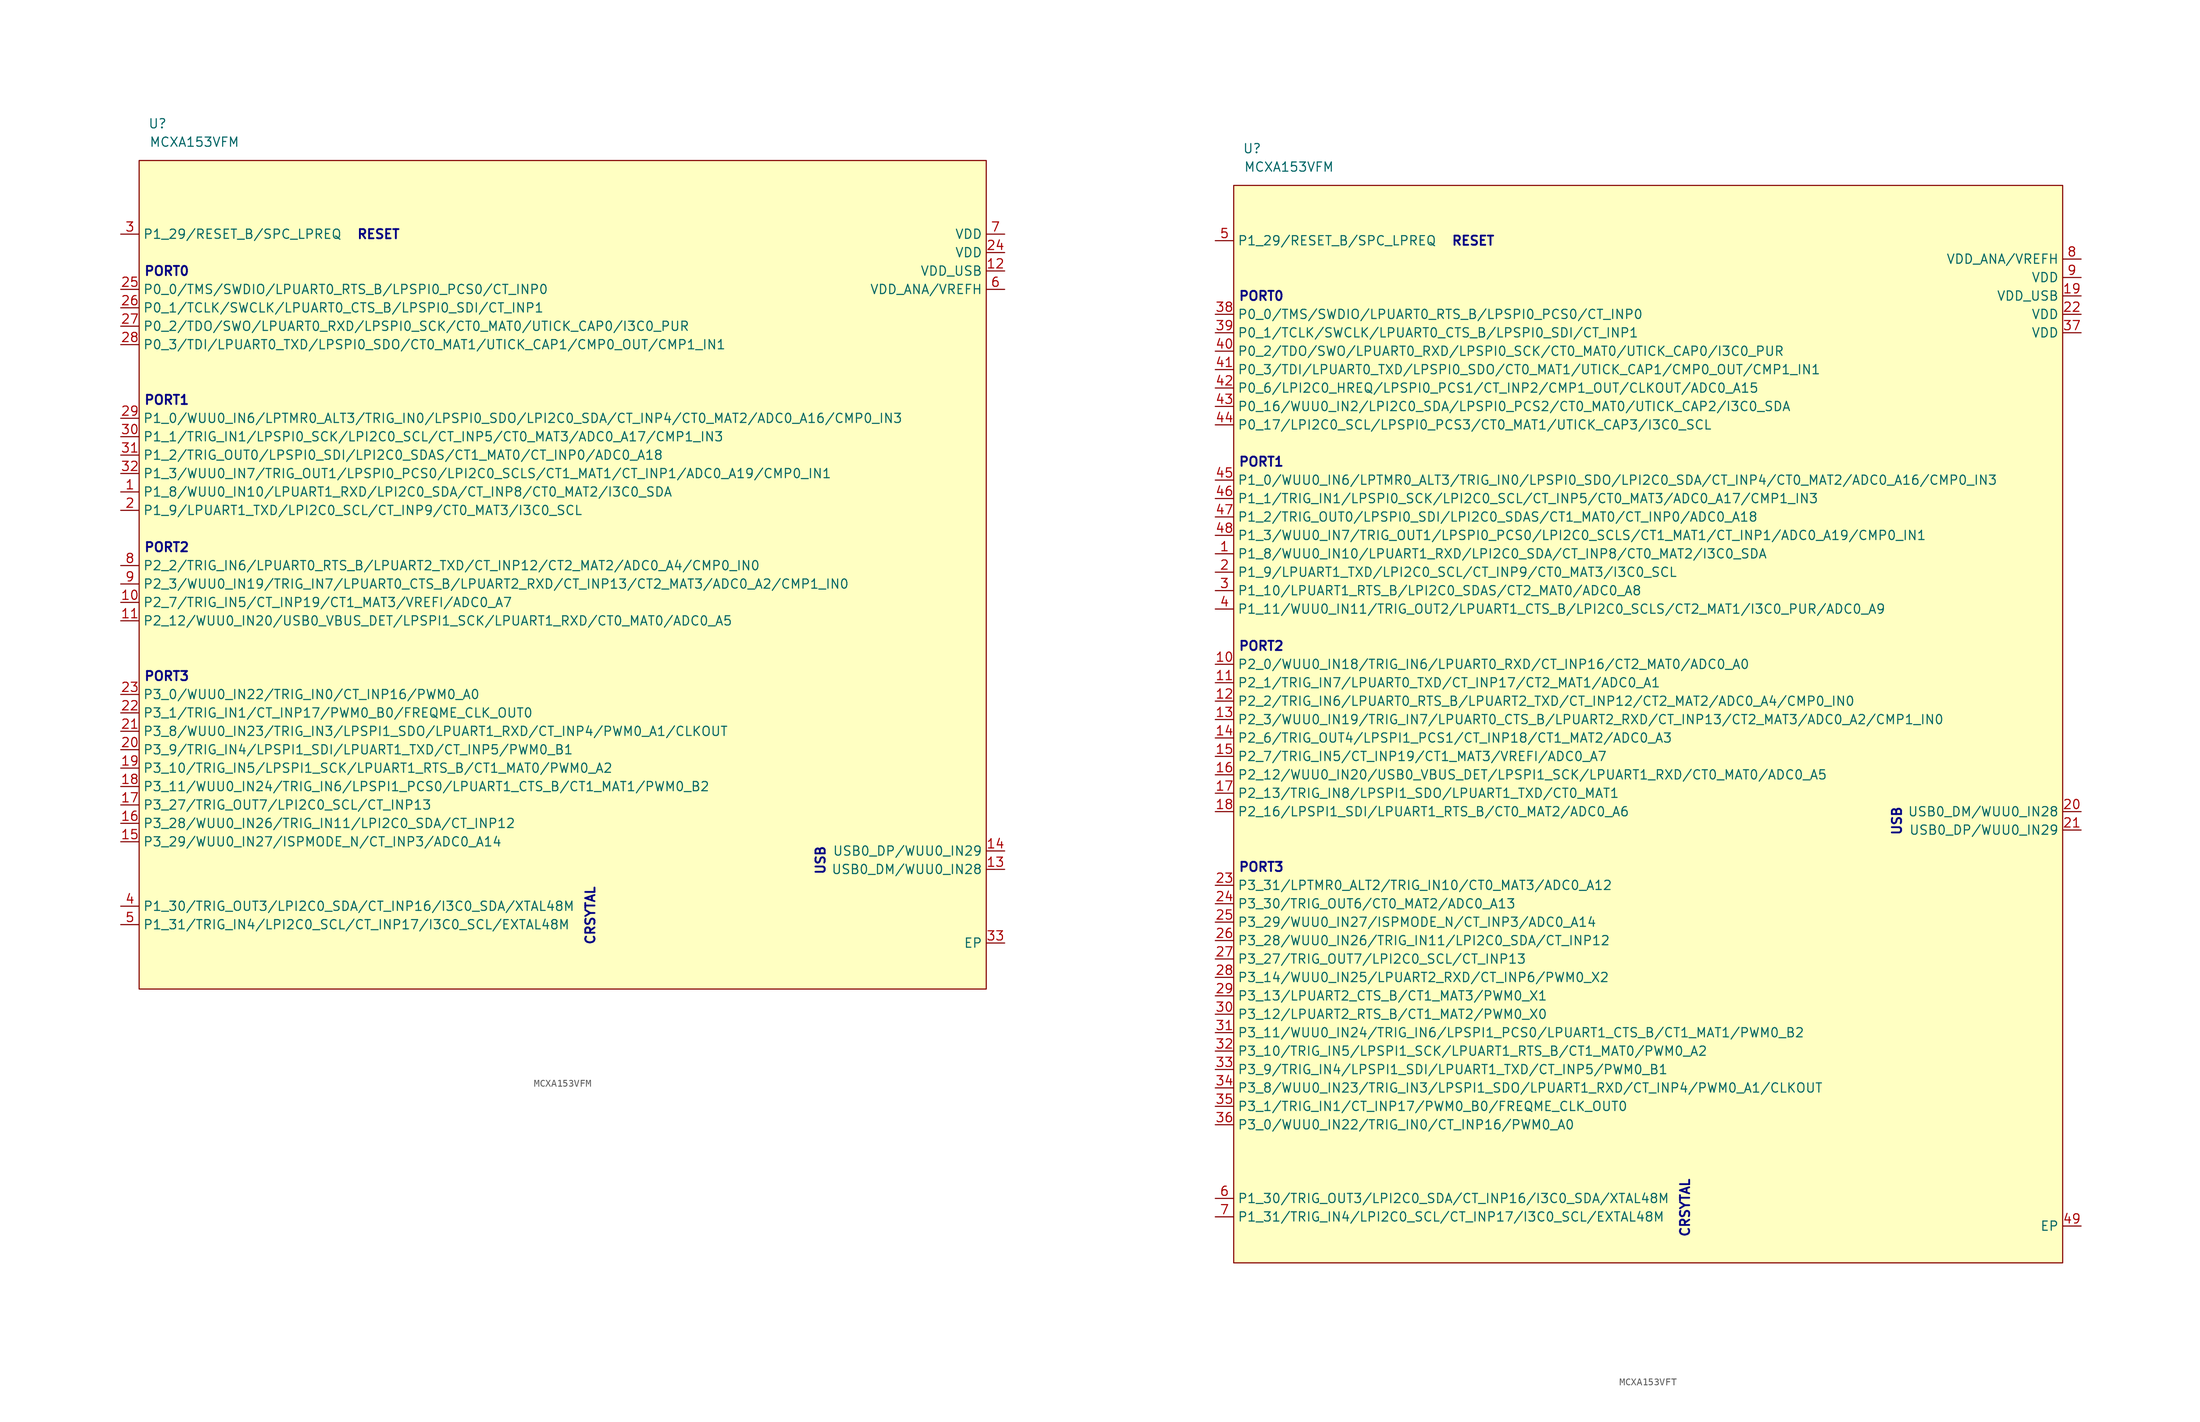
<source format=kicad_sym>
(kicad_symbol_lib
  (version 20220914)
  (generator kicad_symbol_editor)
  (symbol "MCXA153VFM"
    (property "Reference" "U"
      (at -91.44 15.24 0)
      (effects (font (size 1.27 1.27))))
    (property "Value" "MCXA153VFM"
      (at -86.36 12.7 0)
      (effects (font (size 1.27 1.27))))
    (symbol "MCXA153VFM_1_0"
      (text "PORT0\n" (at -90.17 -5.08 0) (effects (font (size 1.27 1.27) bold (color 0 0 132 1))))
      (text "PORT1\n" (at -90.17 -22.86 0) (effects (font (size 1.27 1.27) bold (color 0 0 132 1))))
      (text "PORT2\n" (at -90.17 -43.18 0) (effects (font (size 1.27 1.27) bold (color 0 0 132 1))))
      (text "PORT3\n" (at -90.17 -60.96 0) (effects (font (size 1.27 1.27) bold (color 0 0 132 1)))))
    (symbol "MCXA153VFM_1_1"
      (rectangle (start -93.98 10.16) (end 22.86 -104.14) (stroke (width 0) (type default)) (fill (type background)))
      (text "CRSYTAL" (at -31.75 -93.98 900) (effects (font (size 1.27 1.27) bold (color 0 0 132 1))))
      (text "RESET" (at -60.96 0 0) (effects (font (size 1.27 1.27) bold (color 0 0 132 1))))
      (text "USB" (at 0 -86.36 900) (effects (font (size 1.27 1.27) bold (color 0 0 132 1))))
      (pin bidirectional line (at -96.52 -35.56 0) (length 2.54) (name "P1_8/WUU0_IN10/LPUART1_RXD/LPI2C0_SDA/CT_INP8/CT0_MAT2/I3C0_SDA" (effects (font (size 1.27 1.27)))) (number "1" (effects (font (size 1.27 1.27)))))
      (pin bidirectional line (at -96.52 -50.8 0) (length 2.54) (name "P2_7/TRIG_IN5/CT_INP19/CT1_MAT3/VREFI/ADC0_A7" (effects (font (size 1.27 1.27)))) (number "10" (effects (font (size 1.27 1.27)))))
      (pin bidirectional line (at -96.52 -53.34 0) (length 2.54) (name "P2_12/WUU0_IN20/USB0_VBUS_DET/LPSPI1_SCK/LPUART1_RXD/CT0_MAT0/ADC0_A5" (effects (font (size 1.27 1.27)))) (number "11" (effects (font (size 1.27 1.27)))))
      (pin power_in line (at 25.4 -5.08 180) (length 2.54) (name "VDD_USB" (effects (font (size 1.27 1.27)))) (number "12" (effects (font (size 1.27 1.27)))))
      (pin bidirectional line (at 25.4 -87.63 180) (length 2.54) (name "USB0_DM/WUU0_IN28" (effects (font (size 1.27 1.27)))) (number "13" (effects (font (size 1.27 1.27)))))
      (pin bidirectional line (at 25.4 -85.09 180) (length 2.54) (name "USB0_DP/WUU0_IN29" (effects (font (size 1.27 1.27)))) (number "14" (effects (font (size 1.27 1.27)))))
      (pin bidirectional line (at -96.52 -83.82 0) (length 2.54) (name "P3_29/WUU0_IN27/ISPMODE_N/CT_INP3/ADC0_A14" (effects (font (size 1.27 1.27)))) (number "15" (effects (font (size 1.27 1.27)))))
      (pin bidirectional line (at -96.52 -81.28 0) (length 2.54) (name "P3_28/WUU0_IN26/TRIG_IN11/LPI2C0_SDA/CT_INP12" (effects (font (size 1.27 1.27)))) (number "16" (effects (font (size 1.27 1.27)))))
      (pin bidirectional line (at -96.52 -78.74 0) (length 2.54) (name "P3_27/TRIG_OUT7/LPI2C0_SCL/CT_INP13" (effects (font (size 1.27 1.27)))) (number "17" (effects (font (size 1.27 1.27)))))
      (pin bidirectional line (at -96.52 -76.2 0) (length 2.54) (name "P3_11/WUU0_IN24/TRIG_IN6/LPSPI1_PCS0/LPUART1_CTS_B/CT1_MAT1/PWM0_B2" (effects (font (size 1.27 1.27)))) (number "18" (effects (font (size 1.27 1.27)))))
      (pin bidirectional line (at -96.52 -73.66 0) (length 2.54) (name "P3_10/TRIG_IN5/LPSPI1_SCK/LPUART1_RTS_B/CT1_MAT0/PWM0_A2" (effects (font (size 1.27 1.27)))) (number "19" (effects (font (size 1.27 1.27)))))
      (pin bidirectional line (at -96.52 -38.1 0) (length 2.54) (name "P1_9/LPUART1_TXD/LPI2C0_SCL/CT_INP9/CT0_MAT3/I3C0_SCL" (effects (font (size 1.27 1.27)))) (number "2" (effects (font (size 1.27 1.27)))))
      (pin bidirectional line (at -96.52 -71.12 0) (length 2.54) (name "P3_9/TRIG_IN4/LPSPI1_SDI/LPUART1_TXD/CT_INP5/PWM0_B1" (effects (font (size 1.27 1.27)))) (number "20" (effects (font (size 1.27 1.27)))))
      (pin bidirectional line (at -96.52 -68.58 0) (length 2.54) (name "P3_8/WUU0_IN23/TRIG_IN3/LPSPI1_SDO/LPUART1_RXD/CT_INP4/PWM0_A1/CLKOUT" (effects (font (size 1.27 1.27)))) (number "21" (effects (font (size 1.27 1.27)))))
      (pin bidirectional line (at -96.52 -66.04 0) (length 2.54) (name "P3_1/TRIG_IN1/CT_INP17/PWM0_B0/FREQME_CLK_OUT0" (effects (font (size 1.27 1.27)))) (number "22" (effects (font (size 1.27 1.27)))))
      (pin bidirectional line (at -96.52 -63.5 0) (length 2.54) (name "P3_0/WUU0_IN22/TRIG_IN0/CT_INP16/PWM0_A0" (effects (font (size 1.27 1.27)))) (number "23" (effects (font (size 1.27 1.27)))))
      (pin power_in line (at 25.4 -2.54 180) (length 2.54) (name "VDD" (effects (font (size 1.27 1.27)))) (number "24" (effects (font (size 1.27 1.27)))))
      (pin bidirectional line (at -96.52 -7.62 0) (length 2.54) (name "P0_0/TMS/SWDIO/LPUART0_RTS_B/LPSPI0_PCS0/CT_INP0" (effects (font (size 1.27 1.27)))) (number "25" (effects (font (size 1.27 1.27)))))
      (pin bidirectional line (at -96.52 -10.16 0) (length 2.54) (name "P0_1/TCLK/SWCLK/LPUART0_CTS_B/LPSPI0_SDI/CT_INP1" (effects (font (size 1.27 1.27)))) (number "26" (effects (font (size 1.27 1.27)))))
      (pin bidirectional line (at -96.52 -12.7 0) (length 2.54) (name "P0_2/TDO/SWO/LPUART0_RXD/LPSPI0_SCK/CT0_MAT0/UTICK_CAP0/I3C0_PUR" (effects (font (size 1.27 1.27)))) (number "27" (effects (font (size 1.27 1.27)))))
      (pin bidirectional line (at -96.52 -15.24 0) (length 2.54) (name "P0_3/TDI/LPUART0_TXD/LPSPI0_SDO/CT0_MAT1/UTICK_CAP1/CMP0_OUT/CMP1_IN1" (effects (font (size 1.27 1.27)))) (number "28" (effects (font (size 1.27 1.27)))))
      (pin bidirectional line (at -96.52 -25.4 0) (length 2.54) (name "P1_0/WUU0_IN6/LPTMR0_ALT3/TRIG_IN0/LPSPI0_SDO/LPI2C0_SDA/CT_INP4/CT0_MAT2/ADC0_A16/CMP0_IN3" (effects (font (size 1.27 1.27)))) (number "29" (effects (font (size 1.27 1.27)))))
      (pin bidirectional line (at -96.52 0 0) (length 2.54) (name "P1_29/RESET_B/SPC_LPREQ" (effects (font (size 1.27 1.27)))) (number "3" (effects (font (size 1.27 1.27)))))
      (pin bidirectional line (at -96.52 -27.94 0) (length 2.54) (name "P1_1/TRIG_IN1/LPSPI0_SCK/LPI2C0_SCL/CT_INP5/CT0_MAT3/ADC0_A17/CMP1_IN3" (effects (font (size 1.27 1.27)))) (number "30" (effects (font (size 1.27 1.27)))))
      (pin bidirectional line (at -96.52 -30.48 0) (length 2.54) (name "P1_2/TRIG_OUT0/LPSPI0_SDI/LPI2C0_SDAS/CT1_MAT0/CT_INP0/ADC0_A18" (effects (font (size 1.27 1.27)))) (number "31" (effects (font (size 1.27 1.27)))))
      (pin bidirectional line (at -96.52 -33.02 0) (length 2.54) (name "P1_3/WUU0_IN7/TRIG_OUT1/LPSPI0_PCS0/LPI2C0_SCLS/CT1_MAT1/CT_INP1/ADC0_A19/CMP0_IN1" (effects (font (size 1.27 1.27)))) (number "32" (effects (font (size 1.27 1.27)))))
      (pin passive line (at 25.4 -97.79 180) (length 2.54) (name "EP" (effects (font (size 1.27 1.27)))) (number "33" (effects (font (size 1.27 1.27)))))
      (pin bidirectional line (at -96.52 -92.71 0) (length 2.54) (name "P1_30/TRIG_OUT3/LPI2C0_SDA/CT_INP16/I3C0_SDA/XTAL48M" (effects (font (size 1.27 1.27)))) (number "4" (effects (font (size 1.27 1.27)))))
      (pin bidirectional line (at -96.52 -95.25 0) (length 2.54) (name "P1_31/TRIG_IN4/LPI2C0_SCL/CT_INP17/I3C0_SCL/EXTAL48M" (effects (font (size 1.27 1.27)))) (number "5" (effects (font (size 1.27 1.27)))))
      (pin power_in line (at 25.4 -7.62 180) (length 2.54) (name "VDD_ANA/VREFH" (effects (font (size 1.27 1.27)))) (number "6" (effects (font (size 1.27 1.27)))))
      (pin power_in line (at 25.4 0 180) (length 2.54) (name "VDD" (effects (font (size 1.27 1.27)))) (number "7" (effects (font (size 1.27 1.27)))))
      (pin bidirectional line (at -96.52 -45.72 0) (length 2.54) (name "P2_2/TRIG_IN6/LPUART0_RTS_B/LPUART2_TXD/CT_INP12/CT2_MAT2/ADC0_A4/CMP0_IN0" (effects (font (size 1.27 1.27)))) (number "8" (effects (font (size 1.27 1.27)))))
      (pin bidirectional line (at -96.52 -48.26 0) (length 2.54) (name "P2_3/WUU0_IN19/TRIG_IN7/LPUART0_CTS_B/LPUART2_RXD/CT_INP13/CT2_MAT3/ADC0_A2/CMP1_IN0" (effects (font (size 1.27 1.27)))) (number "9" (effects (font (size 1.27 1.27)))))))
  (symbol "MCXA153VFT"
    (property "Reference" "U"
      (at -73.66 91.44 0)
      (effects (font (size 1.27 1.27))))
    (property "Value" "MCXA153VFM"
      (at -68.58 88.9 0)
      (effects (font (size 1.27 1.27))))
    (symbol "MCXA153VFT_1_0"
      (text "PORT3\n" (at -72.39 -7.62 0) (effects (font (size 1.27 1.27) bold (color 0 0 132 1)))))
    (symbol "MCXA153VFT_1_1"
      (rectangle (start -76.2 86.36) (end 38.1 -62.23) (stroke (width 0) (type default)) (fill (type background)))
      (text "CRSYTAL" (at -13.97 -54.61 900) (effects (font (size 1.27 1.27) bold (color 0 0 132 1))))
      (text "PORT0" (at -72.39 71.12 0) (effects (font (size 1.27 1.27) bold (color 0 0 132 1))))
      (text "PORT1\n" (at -72.39 48.26 0) (effects (font (size 1.27 1.27) bold (color 0 0 132 1))))
      (text "PORT2" (at -72.39 22.86 0) (effects (font (size 1.27 1.27) bold (color 0 0 132 1))))
      (text "RESET" (at -43.18 78.74 0) (effects (font (size 1.27 1.27) bold (color 0 0 132 1))))
      (text "USB" (at 15.24 -1.27 900) (effects (font (size 1.27 1.27) bold (color 0 0 132 1))))
      (pin bidirectional line (at -78.74 35.56 0) (length 2.54) (name "P1_8/WUU0_IN10/LPUART1_RXD/LPI2C0_SDA/CT_INP8/CT0_MAT2/I3C0_SDA" (effects (font (size 1.27 1.27)))) (number "1" (effects (font (size 1.27 1.27)))))
      (pin bidirectional line (at -78.74 20.32 0) (length 2.54) (name "P2_0/WUU0_IN18/TRIG_IN6/LPUART0_RXD/CT_INP16/CT2_MAT0/ADC0_A0" (effects (font (size 1.27 1.27)))) (number "10" (effects (font (size 1.27 1.27)))))
      (pin bidirectional line (at -78.74 17.78 0) (length 2.54) (name "P2_1/TRIG_IN7/LPUART0_TXD/CT_INP17/CT2_MAT1/ADC0_A1" (effects (font (size 1.27 1.27)))) (number "11" (effects (font (size 1.27 1.27)))))
      (pin bidirectional line (at -78.74 15.24 0) (length 2.54) (name "P2_2/TRIG_IN6/LPUART0_RTS_B/LPUART2_TXD/CT_INP12/CT2_MAT2/ADC0_A4/CMP0_IN0" (effects (font (size 1.27 1.27)))) (number "12" (effects (font (size 1.27 1.27)))))
      (pin bidirectional line (at -78.74 12.7 0) (length 2.54) (name "P2_3/WUU0_IN19/TRIG_IN7/LPUART0_CTS_B/LPUART2_RXD/CT_INP13/CT2_MAT3/ADC0_A2/CMP1_IN0" (effects (font (size 1.27 1.27)))) (number "13" (effects (font (size 1.27 1.27)))))
      (pin bidirectional line (at -78.74 10.16 0) (length 2.54) (name "P2_6/TRIG_OUT4/LPSPI1_PCS1/CT_INP18/CT1_MAT2/ADC0_A3" (effects (font (size 1.27 1.27)))) (number "14" (effects (font (size 1.27 1.27)))))
      (pin bidirectional line (at -78.74 7.62 0) (length 2.54) (name "P2_7/TRIG_IN5/CT_INP19/CT1_MAT3/VREFI/ADC0_A7" (effects (font (size 1.27 1.27)))) (number "15" (effects (font (size 1.27 1.27)))))
      (pin bidirectional line (at -78.74 5.08 0) (length 2.54) (name "P2_12/WUU0_IN20/USB0_VBUS_DET/LPSPI1_SCK/LPUART1_RXD/CT0_MAT0/ADC0_A5" (effects (font (size 1.27 1.27)))) (number "16" (effects (font (size 1.27 1.27)))))
      (pin bidirectional line (at -78.74 2.54 0) (length 2.54) (name "P2_13/TRIG_IN8/LPSPI1_SDO/LPUART1_TXD/CT0_MAT1" (effects (font (size 1.27 1.27)))) (number "17" (effects (font (size 1.27 1.27)))))
      (pin bidirectional line (at -78.74 0 0) (length 2.54) (name "P2_16/LPSPI1_SDI/LPUART1_RTS_B/CT0_MAT2/ADC0_A6" (effects (font (size 1.27 1.27)))) (number "18" (effects (font (size 1.27 1.27)))))
      (pin power_in line (at 40.64 71.12 180) (length 2.54) (name "VDD_USB" (effects (font (size 1.27 1.27)))) (number "19" (effects (font (size 1.27 1.27)))))
      (pin bidirectional line (at -78.74 33.02 0) (length 2.54) (name "P1_9/LPUART1_TXD/LPI2C0_SCL/CT_INP9/CT0_MAT3/I3C0_SCL" (effects (font (size 1.27 1.27)))) (number "2" (effects (font (size 1.27 1.27)))))
      (pin bidirectional line (at 40.64 0 180) (length 2.54) (name "USB0_DM/WUU0_IN28" (effects (font (size 1.27 1.27)))) (number "20" (effects (font (size 1.27 1.27)))))
      (pin bidirectional line (at 40.64 -2.54 180) (length 2.54) (name "USB0_DP/WUU0_IN29" (effects (font (size 1.27 1.27)))) (number "21" (effects (font (size 1.27 1.27)))))
      (pin bidirectional line (at 40.64 68.58 180) (length 2.54) (name "VDD" (effects (font (size 1.27 1.27)))) (number "22" (effects (font (size 1.27 1.27)))))
      (pin bidirectional line (at -78.74 -10.16 0) (length 2.54) (name "P3_31/LPTMR0_ALT2/TRIG_IN10/CT0_MAT3/ADC0_A12" (effects (font (size 1.27 1.27)))) (number "23" (effects (font (size 1.27 1.27)))))
      (pin bidirectional line (at -78.74 -12.7 0) (length 2.54) (name "P3_30/TRIG_OUT6/CT0_MAT2/ADC0_A13" (effects (font (size 1.27 1.27)))) (number "24" (effects (font (size 1.27 1.27)))))
      (pin bidirectional line (at -78.74 -15.24 0) (length 2.54) (name "P3_29/WUU0_IN27/ISPMODE_N/CT_INP3/ADC0_A14" (effects (font (size 1.27 1.27)))) (number "25" (effects (font (size 1.27 1.27)))))
      (pin bidirectional line (at -78.74 -17.78 0) (length 2.54) (name "P3_28/WUU0_IN26/TRIG_IN11/LPI2C0_SDA/CT_INP12" (effects (font (size 1.27 1.27)))) (number "26" (effects (font (size 1.27 1.27)))))
      (pin bidirectional line (at -78.74 -20.32 0) (length 2.54) (name "P3_27/TRIG_OUT7/LPI2C0_SCL/CT_INP13" (effects (font (size 1.27 1.27)))) (number "27" (effects (font (size 1.27 1.27)))))
      (pin bidirectional line (at -78.74 -22.86 0) (length 2.54) (name "P3_14/WUU0_IN25/LPUART2_RXD/CT_INP6/PWM0_X2" (effects (font (size 1.27 1.27)))) (number "28" (effects (font (size 1.27 1.27)))))
      (pin bidirectional line (at -78.74 -25.4 0) (length 2.54) (name "P3_13/LPUART2_CTS_B/CT1_MAT3/PWM0_X1" (effects (font (size 1.27 1.27)))) (number "29" (effects (font (size 1.27 1.27)))))
      (pin bidirectional line (at -78.74 30.48 0) (length 2.54) (name "P1_10/LPUART1_RTS_B/LPI2C0_SDAS/CT2_MAT0/ADC0_A8" (effects (font (size 1.27 1.27)))) (number "3" (effects (font (size 1.27 1.27)))))
      (pin bidirectional line (at -78.74 -27.94 0) (length 2.54) (name "P3_12/LPUART2_RTS_B/CT1_MAT2/PWM0_X0" (effects (font (size 1.27 1.27)))) (number "30" (effects (font (size 1.27 1.27)))))
      (pin bidirectional line (at -78.74 -30.48 0) (length 2.54) (name "P3_11/WUU0_IN24/TRIG_IN6/LPSPI1_PCS0/LPUART1_CTS_B/CT1_MAT1/PWM0_B2" (effects (font (size 1.27 1.27)))) (number "31" (effects (font (size 1.27 1.27)))))
      (pin bidirectional line (at -78.74 -33.02 0) (length 2.54) (name "P3_10/TRIG_IN5/LPSPI1_SCK/LPUART1_RTS_B/CT1_MAT0/PWM0_A2" (effects (font (size 1.27 1.27)))) (number "32" (effects (font (size 1.27 1.27)))))
      (pin bidirectional line (at -78.74 -35.56 0) (length 2.54) (name "P3_9/TRIG_IN4/LPSPI1_SDI/LPUART1_TXD/CT_INP5/PWM0_B1" (effects (font (size 1.27 1.27)))) (number "33" (effects (font (size 1.27 1.27)))))
      (pin bidirectional line (at -78.74 -38.1 0) (length 2.54) (name "P3_8/WUU0_IN23/TRIG_IN3/LPSPI1_SDO/LPUART1_RXD/CT_INP4/PWM0_A1/CLKOUT" (effects (font (size 1.27 1.27)))) (number "34" (effects (font (size 1.27 1.27)))))
      (pin bidirectional line (at -78.74 -40.64 0) (length 2.54) (name "P3_1/TRIG_IN1/CT_INP17/PWM0_B0/FREQME_CLK_OUT0" (effects (font (size 1.27 1.27)))) (number "35" (effects (font (size 1.27 1.27)))))
      (pin bidirectional line (at -78.74 -43.18 0) (length 2.54) (name "P3_0/WUU0_IN22/TRIG_IN0/CT_INP16/PWM0_A0" (effects (font (size 1.27 1.27)))) (number "36" (effects (font (size 1.27 1.27)))))
      (pin power_in line (at 40.64 66.04 180) (length 2.54) (name "VDD" (effects (font (size 1.27 1.27)))) (number "37" (effects (font (size 1.27 1.27)))))
      (pin bidirectional line (at -78.74 68.58 0) (length 2.54) (name "P0_0/TMS/SWDIO/LPUART0_RTS_B/LPSPI0_PCS0/CT_INP0" (effects (font (size 1.27 1.27)))) (number "38" (effects (font (size 1.27 1.27)))))
      (pin bidirectional line (at -78.74 66.04 0) (length 2.54) (name "P0_1/TCLK/SWCLK/LPUART0_CTS_B/LPSPI0_SDI/CT_INP1" (effects (font (size 1.27 1.27)))) (number "39" (effects (font (size 1.27 1.27)))))
      (pin bidirectional line (at -78.74 27.94 0) (length 2.54) (name "P1_11/WUU0_IN11/TRIG_OUT2/LPUART1_CTS_B/LPI2C0_SCLS/CT2_MAT1/I3C0_PUR/ADC0_A9" (effects (font (size 1.27 1.27)))) (number "4" (effects (font (size 1.27 1.27)))))
      (pin bidirectional line (at -78.74 63.5 0) (length 2.54) (name "P0_2/TDO/SWO/LPUART0_RXD/LPSPI0_SCK/CT0_MAT0/UTICK_CAP0/I3C0_PUR" (effects (font (size 1.27 1.27)))) (number "40" (effects (font (size 1.27 1.27)))))
      (pin bidirectional line (at -78.74 60.96 0) (length 2.54) (name "P0_3/TDI/LPUART0_TXD/LPSPI0_SDO/CT0_MAT1/UTICK_CAP1/CMP0_OUT/CMP1_IN1" (effects (font (size 1.27 1.27)))) (number "41" (effects (font (size 1.27 1.27)))))
      (pin bidirectional line (at -78.74 58.42 0) (length 2.54) (name "P0_6/LPI2C0_HREQ/LPSPI0_PCS1/CT_INP2/CMP1_OUT/CLKOUT/ADC0_A15" (effects (font (size 1.27 1.27)))) (number "42" (effects (font (size 1.27 1.27)))))
      (pin bidirectional line (at -78.74 55.88 0) (length 2.54) (name "P0_16/WUU0_IN2/LPI2C0_SDA/LPSPI0_PCS2/CT0_MAT0/UTICK_CAP2/I3C0_SDA" (effects (font (size 1.27 1.27)))) (number "43" (effects (font (size 1.27 1.27)))))
      (pin bidirectional line (at -78.74 53.34 0) (length 2.54) (name "P0_17/LPI2C0_SCL/LPSPI0_PCS3/CT0_MAT1/UTICK_CAP3/I3C0_SCL" (effects (font (size 1.27 1.27)))) (number "44" (effects (font (size 1.27 1.27)))))
      (pin bidirectional line (at -78.74 45.72 0) (length 2.54) (name "P1_0/WUU0_IN6/LPTMR0_ALT3/TRIG_IN0/LPSPI0_SDO/LPI2C0_SDA/CT_INP4/CT0_MAT2/ADC0_A16/CMP0_IN3" (effects (font (size 1.27 1.27)))) (number "45" (effects (font (size 1.27 1.27)))))
      (pin bidirectional line (at -78.74 43.18 0) (length 2.54) (name "P1_1/TRIG_IN1/LPSPI0_SCK/LPI2C0_SCL/CT_INP5/CT0_MAT3/ADC0_A17/CMP1_IN3" (effects (font (size 1.27 1.27)))) (number "46" (effects (font (size 1.27 1.27)))))
      (pin bidirectional line (at -78.74 40.64 0) (length 2.54) (name "P1_2/TRIG_OUT0/LPSPI0_SDI/LPI2C0_SDAS/CT1_MAT0/CT_INP0/ADC0_A18" (effects (font (size 1.27 1.27)))) (number "47" (effects (font (size 1.27 1.27)))))
      (pin bidirectional line (at -78.74 38.1 0) (length 2.54) (name "P1_3/WUU0_IN7/TRIG_OUT1/LPSPI0_PCS0/LPI2C0_SCLS/CT1_MAT1/CT_INP1/ADC0_A19/CMP0_IN1" (effects (font (size 1.27 1.27)))) (number "48" (effects (font (size 1.27 1.27)))))
      (pin passive line (at 40.64 -57.15 180) (length 2.54) (name "EP" (effects (font (size 1.27 1.27)))) (number "49" (effects (font (size 1.27 1.27)))))
      (pin bidirectional line (at -78.74 78.74 0) (length 2.54) (name "P1_29/RESET_B/SPC_LPREQ" (effects (font (size 1.27 1.27)))) (number "5" (effects (font (size 1.27 1.27)))))
      (pin bidirectional line (at -78.74 -53.34 0) (length 2.54) (name "P1_30/TRIG_OUT3/LPI2C0_SDA/CT_INP16/I3C0_SDA/XTAL48M" (effects (font (size 1.27 1.27)))) (number "6" (effects (font (size 1.27 1.27)))))
      (pin bidirectional line (at -78.74 -55.88 0) (length 2.54) (name "P1_31/TRIG_IN4/LPI2C0_SCL/CT_INP17/I3C0_SCL/EXTAL48M" (effects (font (size 1.27 1.27)))) (number "7" (effects (font (size 1.27 1.27)))))
      (pin power_in line (at 40.64 76.2 180) (length 2.54) (name "VDD_ANA/VREFH" (effects (font (size 1.27 1.27)))) (number "8" (effects (font (size 1.27 1.27)))))
      (pin power_in line (at 40.64 73.66 180) (length 2.54) (name "VDD" (effects (font (size 1.27 1.27)))) (number "9" (effects (font (size 1.27 1.27))))))))
</source>
